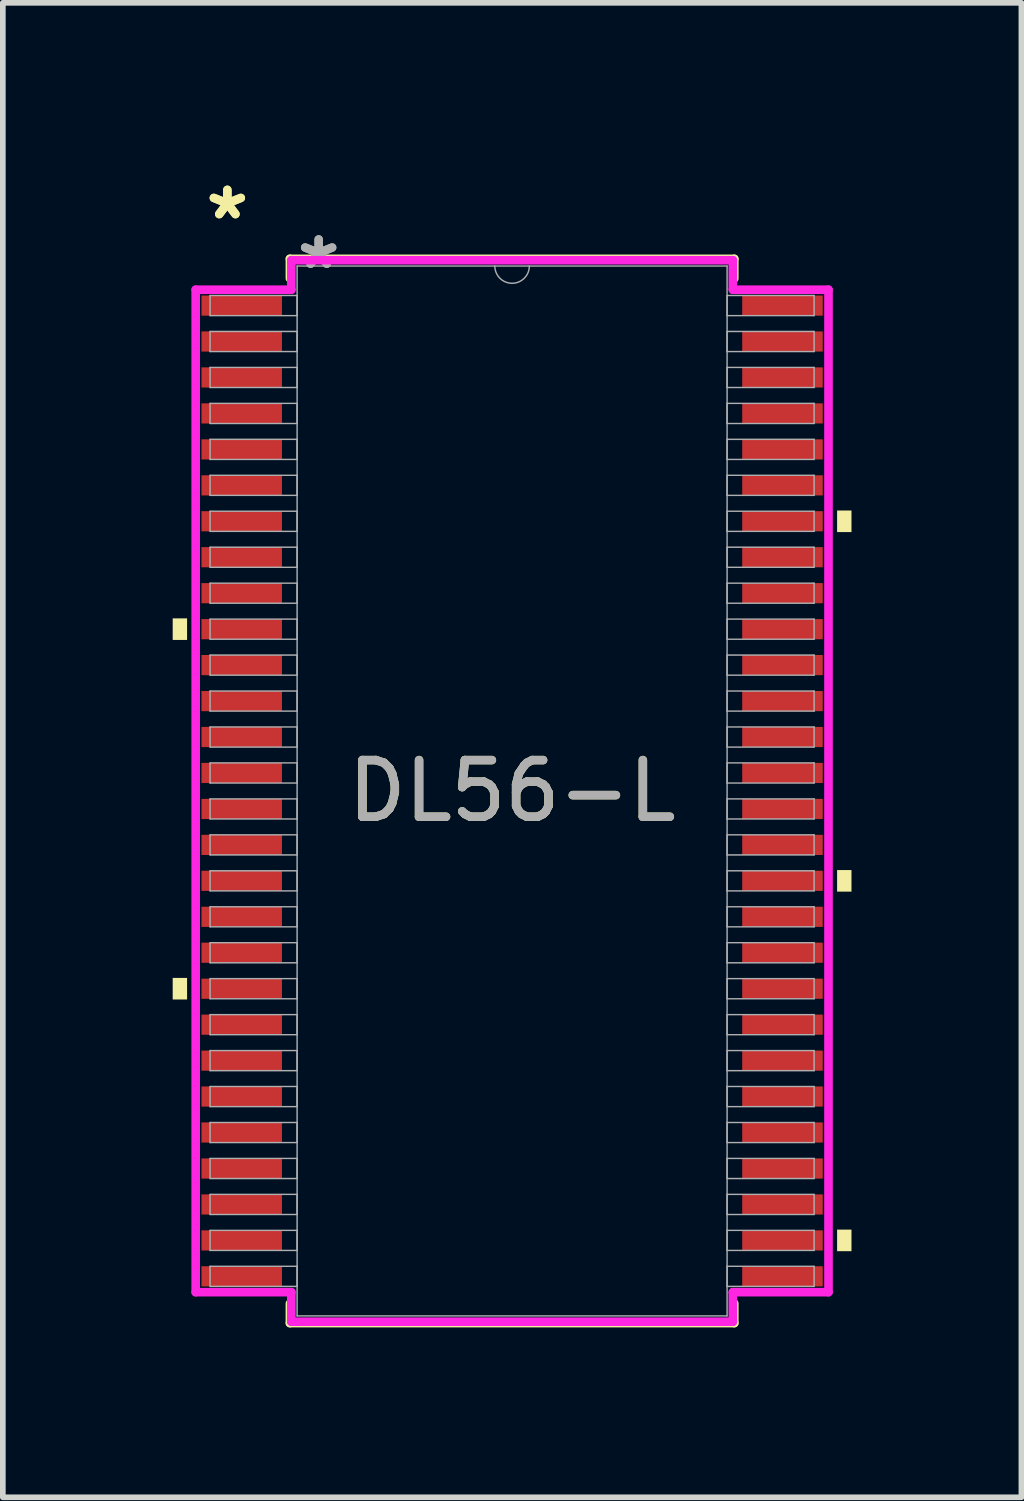
<source format=kicad_pcb>
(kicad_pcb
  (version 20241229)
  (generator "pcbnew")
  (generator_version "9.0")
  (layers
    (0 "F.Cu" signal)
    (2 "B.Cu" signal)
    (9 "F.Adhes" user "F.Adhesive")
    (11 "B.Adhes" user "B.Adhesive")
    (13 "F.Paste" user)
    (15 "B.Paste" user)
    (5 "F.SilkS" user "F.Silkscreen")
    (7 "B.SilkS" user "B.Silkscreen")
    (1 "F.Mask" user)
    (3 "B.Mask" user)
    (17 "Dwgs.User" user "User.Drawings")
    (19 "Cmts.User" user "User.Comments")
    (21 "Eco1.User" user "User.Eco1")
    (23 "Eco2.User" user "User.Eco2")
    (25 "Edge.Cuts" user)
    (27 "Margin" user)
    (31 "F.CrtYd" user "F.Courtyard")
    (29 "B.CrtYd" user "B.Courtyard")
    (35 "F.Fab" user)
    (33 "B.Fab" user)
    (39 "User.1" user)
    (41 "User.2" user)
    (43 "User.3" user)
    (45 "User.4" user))
  (footprint "DL56-L"
    (layer "F.Cu")
    (at 5.994 10.919)
    (property "Reference" "DL56-L" (at 0 0 0) (unlocked yes) (layer "F.SilkS") (effects (font (size 1 1) (thickness 0.15))))
    (attr smd)
    (fp_line (start -3.924 -9.398) (end -3.924 -9.052) (stroke (width 0.152) (type solid)) (layer "F.SilkS"))
    (fp_line (start -3.924 9.052) (end -3.924 9.398) (stroke (width 0.152) (type solid)) (layer "F.SilkS"))
    (fp_line (start -3.924 9.398) (end 3.924 9.398) (stroke (width 0.152) (type solid)) (layer "F.SilkS"))
    (fp_line (start 3.924 -9.398) (end -3.924 -9.398) (stroke (width 0.152) (type solid)) (layer "F.SilkS"))
    (fp_line (start 3.924 -9.052) (end 3.924 -9.398) (stroke (width 0.152) (type solid)) (layer "F.SilkS"))
    (fp_line (start 3.924 9.398) (end 3.924 9.052) (stroke (width 0.152) (type solid)) (layer "F.SilkS"))
    (fp_poly (pts (xy -5.994 -3.048) (xy -5.994 -2.667) (xy -5.74 -2.667) (xy -5.74 -3.048)) (stroke (width 0) (type solid)) (fill yes) (layer "F.SilkS"))
    (fp_poly (pts (xy -5.994 3.302) (xy -5.994 3.683) (xy -5.74 3.683) (xy -5.74 3.302)) (stroke (width 0) (type solid)) (fill yes) (layer "F.SilkS"))
    (fp_poly (pts (xy 5.994 -4.953) (xy 5.994 -4.572) (xy 5.74 -4.572) (xy 5.74 -4.953)) (stroke (width 0) (type solid)) (fill yes) (layer "F.SilkS"))
    (fp_poly (pts (xy 5.994 1.397) (xy 5.994 1.778) (xy 5.74 1.778) (xy 5.74 1.397)) (stroke (width 0) (type solid)) (fill yes) (layer "F.SilkS"))
    (fp_poly (pts (xy 5.994 7.747) (xy 5.994 8.128) (xy 5.74 8.128) (xy 5.74 7.747)) (stroke (width 0) (type solid)) (fill yes) (layer "F.SilkS"))
    (fp_line (start -5.588 -8.852) (end -3.899 -8.852) (stroke (width 0.152) (type solid)) (layer "F.CrtYd"))
    (fp_line (start -5.588 8.852) (end -5.588 -8.852) (stroke (width 0.152) (type solid)) (layer "F.CrtYd"))
    (fp_line (start -5.588 8.852) (end -3.899 8.852) (stroke (width 0.152) (type solid)) (layer "F.CrtYd"))
    (fp_line (start -3.899 -9.373) (end 3.899 -9.373) (stroke (width 0.152) (type solid)) (layer "F.CrtYd"))
    (fp_line (start -3.899 -8.852) (end -3.899 -9.373) (stroke (width 0.152) (type solid)) (layer "F.CrtYd"))
    (fp_line (start -3.899 9.373) (end -3.899 8.852) (stroke (width 0.152) (type solid)) (layer "F.CrtYd"))
    (fp_line (start 3.899 -9.373) (end 3.899 -8.852) (stroke (width 0.152) (type solid)) (layer "F.CrtYd"))
    (fp_line (start 3.899 8.852) (end 3.899 9.373) (stroke (width 0.152) (type solid)) (layer "F.CrtYd"))
    (fp_line (start 3.899 9.373) (end -3.899 9.373) (stroke (width 0.152) (type solid)) (layer "F.CrtYd"))
    (fp_line (start 5.588 -8.852) (end 3.899 -8.852) (stroke (width 0.152) (type solid)) (layer "F.CrtYd"))
    (fp_line (start 5.588 -8.852) (end 5.588 8.852) (stroke (width 0.152) (type solid)) (layer "F.CrtYd"))
    (fp_line (start 5.588 8.852) (end 3.899 8.852) (stroke (width 0.152) (type solid)) (layer "F.CrtYd"))
    (fp_line (start -5.334 -8.75) (end -5.334 -8.395) (stroke (width 0.025) (type solid)) (layer "F.Fab"))
    (fp_line (start -5.334 -8.395) (end -3.797 -8.395) (stroke (width 0.025) (type solid)) (layer "F.Fab"))
    (fp_line (start -5.334 -8.115) (end -5.334 -7.76) (stroke (width 0.025) (type solid)) (layer "F.Fab"))
    (fp_line (start -5.334 -7.76) (end -3.797 -7.76) (stroke (width 0.025) (type solid)) (layer "F.Fab"))
    (fp_line (start -5.334 -7.48) (end -5.334 -7.125) (stroke (width 0.025) (type solid)) (layer "F.Fab"))
    (fp_line (start -5.334 -7.125) (end -3.797 -7.125) (stroke (width 0.025) (type solid)) (layer "F.Fab"))
    (fp_line (start -5.334 -6.845) (end -5.334 -6.49) (stroke (width 0.025) (type solid)) (layer "F.Fab"))
    (fp_line (start -5.334 -6.49) (end -3.797 -6.49) (stroke (width 0.025) (type solid)) (layer "F.Fab"))
    (fp_line (start -5.334 -6.21) (end -5.334 -5.855) (stroke (width 0.025) (type solid)) (layer "F.Fab"))
    (fp_line (start -5.334 -5.855) (end -3.797 -5.855) (stroke (width 0.025) (type solid)) (layer "F.Fab"))
    (fp_line (start -5.334 -5.575) (end -5.334 -5.22) (stroke (width 0.025) (type solid)) (layer "F.Fab"))
    (fp_line (start -5.334 -5.22) (end -3.797 -5.22) (stroke (width 0.025) (type solid)) (layer "F.Fab"))
    (fp_line (start -5.334 -4.94) (end -5.334 -4.585) (stroke (width 0.025) (type solid)) (layer "F.Fab"))
    (fp_line (start -5.334 -4.585) (end -3.797 -4.585) (stroke (width 0.025) (type solid)) (layer "F.Fab"))
    (fp_line (start -5.334 -4.305) (end -5.334 -3.95) (stroke (width 0.025) (type solid)) (layer "F.Fab"))
    (fp_line (start -5.334 -3.95) (end -3.797 -3.95) (stroke (width 0.025) (type solid)) (layer "F.Fab"))
    (fp_line (start -5.334 -3.67) (end -5.334 -3.315) (stroke (width 0.025) (type solid)) (layer "F.Fab"))
    (fp_line (start -5.334 -3.315) (end -3.797 -3.315) (stroke (width 0.025) (type solid)) (layer "F.Fab"))
    (fp_line (start -5.334 -3.035) (end -5.334 -2.68) (stroke (width 0.025) (type solid)) (layer "F.Fab"))
    (fp_line (start -5.334 -2.68) (end -3.797 -2.68) (stroke (width 0.025) (type solid)) (layer "F.Fab"))
    (fp_line (start -5.334 -2.4) (end -5.334 -2.045) (stroke (width 0.025) (type solid)) (layer "F.Fab"))
    (fp_line (start -5.334 -2.045) (end -3.797 -2.045) (stroke (width 0.025) (type solid)) (layer "F.Fab"))
    (fp_line (start -5.334 -1.765) (end -5.334 -1.41) (stroke (width 0.025) (type solid)) (layer "F.Fab"))
    (fp_line (start -5.334 -1.41) (end -3.797 -1.41) (stroke (width 0.025) (type solid)) (layer "F.Fab"))
    (fp_line (start -5.334 -1.13) (end -5.334 -0.775) (stroke (width 0.025) (type solid)) (layer "F.Fab"))
    (fp_line (start -5.334 -0.775) (end -3.797 -0.775) (stroke (width 0.025) (type solid)) (layer "F.Fab"))
    (fp_line (start -5.334 -0.495) (end -5.334 -0.14) (stroke (width 0.025) (type solid)) (layer "F.Fab"))
    (fp_line (start -5.334 -0.14) (end -3.797 -0.14) (stroke (width 0.025) (type solid)) (layer "F.Fab"))
    (fp_line (start -5.334 0.14) (end -5.334 0.495) (stroke (width 0.025) (type solid)) (layer "F.Fab"))
    (fp_line (start -5.334 0.495) (end -3.797 0.495) (stroke (width 0.025) (type solid)) (layer "F.Fab"))
    (fp_line (start -5.334 0.775) (end -5.334 1.13) (stroke (width 0.025) (type solid)) (layer "F.Fab"))
    (fp_line (start -5.334 1.13) (end -3.797 1.13) (stroke (width 0.025) (type solid)) (layer "F.Fab"))
    (fp_line (start -5.334 1.41) (end -5.334 1.765) (stroke (width 0.025) (type solid)) (layer "F.Fab"))
    (fp_line (start -5.334 1.765) (end -3.797 1.765) (stroke (width 0.025) (type solid)) (layer "F.Fab"))
    (fp_line (start -5.334 2.045) (end -5.334 2.4) (stroke (width 0.025) (type solid)) (layer "F.Fab"))
    (fp_line (start -5.334 2.4) (end -3.797 2.4) (stroke (width 0.025) (type solid)) (layer "F.Fab"))
    (fp_line (start -5.334 2.68) (end -5.334 3.035) (stroke (width 0.025) (type solid)) (layer "F.Fab"))
    (fp_line (start -5.334 3.035) (end -3.797 3.035) (stroke (width 0.025) (type solid)) (layer "F.Fab"))
    (fp_line (start -5.334 3.315) (end -5.334 3.67) (stroke (width 0.025) (type solid)) (layer "F.Fab"))
    (fp_line (start -5.334 3.67) (end -3.797 3.67) (stroke (width 0.025) (type solid)) (layer "F.Fab"))
    (fp_line (start -5.334 3.95) (end -5.334 4.305) (stroke (width 0.025) (type solid)) (layer "F.Fab"))
    (fp_line (start -5.334 4.305) (end -3.797 4.305) (stroke (width 0.025) (type solid)) (layer "F.Fab"))
    (fp_line (start -5.334 4.585) (end -5.334 4.94) (stroke (width 0.025) (type solid)) (layer "F.Fab"))
    (fp_line (start -5.334 4.94) (end -3.797 4.94) (stroke (width 0.025) (type solid)) (layer "F.Fab"))
    (fp_line (start -5.334 5.22) (end -5.334 5.575) (stroke (width 0.025) (type solid)) (layer "F.Fab"))
    (fp_line (start -5.334 5.575) (end -3.797 5.575) (stroke (width 0.025) (type solid)) (layer "F.Fab"))
    (fp_line (start -5.334 5.855) (end -5.334 6.21) (stroke (width 0.025) (type solid)) (layer "F.Fab"))
    (fp_line (start -5.334 6.21) (end -3.797 6.21) (stroke (width 0.025) (type solid)) (layer "F.Fab"))
    (fp_line (start -5.334 6.49) (end -5.334 6.845) (stroke (width 0.025) (type solid)) (layer "F.Fab"))
    (fp_line (start -5.334 6.845) (end -3.797 6.845) (stroke (width 0.025) (type solid)) (layer "F.Fab"))
    (fp_line (start -5.334 7.125) (end -5.334 7.48) (stroke (width 0.025) (type solid)) (layer "F.Fab"))
    (fp_line (start -5.334 7.48) (end -3.797 7.48) (stroke (width 0.025) (type solid)) (layer "F.Fab"))
    (fp_line (start -5.334 7.76) (end -5.334 8.115) (stroke (width 0.025) (type solid)) (layer "F.Fab"))
    (fp_line (start -5.334 8.115) (end -3.797 8.115) (stroke (width 0.025) (type solid)) (layer "F.Fab"))
    (fp_line (start -5.334 8.395) (end -5.334 8.75) (stroke (width 0.025) (type solid)) (layer "F.Fab"))
    (fp_line (start -5.334 8.75) (end -3.797 8.75) (stroke (width 0.025) (type solid)) (layer "F.Fab"))
    (fp_line (start -3.797 -9.271) (end -3.797 9.271) (stroke (width 0.025) (type solid)) (layer "F.Fab"))
    (fp_line (start -3.797 -8.75) (end -5.334 -8.75) (stroke (width 0.025) (type solid)) (layer "F.Fab"))
    (fp_line (start -3.797 -8.395) (end -3.797 -8.75) (stroke (width 0.025) (type solid)) (layer "F.Fab"))
    (fp_line (start -3.797 -8.115) (end -5.334 -8.115) (stroke (width 0.025) (type solid)) (layer "F.Fab"))
    (fp_line (start -3.797 -7.76) (end -3.797 -8.115) (stroke (width 0.025) (type solid)) (layer "F.Fab"))
    (fp_line (start -3.797 -7.48) (end -5.334 -7.48) (stroke (width 0.025) (type solid)) (layer "F.Fab"))
    (fp_line (start -3.797 -7.125) (end -3.797 -7.48) (stroke (width 0.025) (type solid)) (layer "F.Fab"))
    (fp_line (start -3.797 -6.845) (end -5.334 -6.845) (stroke (width 0.025) (type solid)) (layer "F.Fab"))
    (fp_line (start -3.797 -6.49) (end -3.797 -6.845) (stroke (width 0.025) (type solid)) (layer "F.Fab"))
    (fp_line (start -3.797 -6.21) (end -5.334 -6.21) (stroke (width 0.025) (type solid)) (layer "F.Fab"))
    (fp_line (start -3.797 -5.855) (end -3.797 -6.21) (stroke (width 0.025) (type solid)) (layer "F.Fab"))
    (fp_line (start -3.797 -5.575) (end -5.334 -5.575) (stroke (width 0.025) (type solid)) (layer "F.Fab"))
    (fp_line (start -3.797 -5.22) (end -3.797 -5.575) (stroke (width 0.025) (type solid)) (layer "F.Fab"))
    (fp_line (start -3.797 -4.94) (end -5.334 -4.94) (stroke (width 0.025) (type solid)) (layer "F.Fab"))
    (fp_line (start -3.797 -4.585) (end -3.797 -4.94) (stroke (width 0.025) (type solid)) (layer "F.Fab"))
    (fp_line (start -3.797 -4.305) (end -5.334 -4.305) (stroke (width 0.025) (type solid)) (layer "F.Fab"))
    (fp_line (start -3.797 -3.95) (end -3.797 -4.305) (stroke (width 0.025) (type solid)) (layer "F.Fab"))
    (fp_line (start -3.797 -3.67) (end -5.334 -3.67) (stroke (width 0.025) (type solid)) (layer "F.Fab"))
    (fp_line (start -3.797 -3.315) (end -3.797 -3.67) (stroke (width 0.025) (type solid)) (layer "F.Fab"))
    (fp_line (start -3.797 -3.035) (end -5.334 -3.035) (stroke (width 0.025) (type solid)) (layer "F.Fab"))
    (fp_line (start -3.797 -2.68) (end -3.797 -3.035) (stroke (width 0.025) (type solid)) (layer "F.Fab"))
    (fp_line (start -3.797 -2.4) (end -5.334 -2.4) (stroke (width 0.025) (type solid)) (layer "F.Fab"))
    (fp_line (start -3.797 -2.045) (end -3.797 -2.4) (stroke (width 0.025) (type solid)) (layer "F.Fab"))
    (fp_line (start -3.797 -1.765) (end -5.334 -1.765) (stroke (width 0.025) (type solid)) (layer "F.Fab"))
    (fp_line (start -3.797 -1.41) (end -3.797 -1.765) (stroke (width 0.025) (type solid)) (layer "F.Fab"))
    (fp_line (start -3.797 -1.13) (end -5.334 -1.13) (stroke (width 0.025) (type solid)) (layer "F.Fab"))
    (fp_line (start -3.797 -0.775) (end -3.797 -1.13) (stroke (width 0.025) (type solid)) (layer "F.Fab"))
    (fp_line (start -3.797 -0.495) (end -5.334 -0.495) (stroke (width 0.025) (type solid)) (layer "F.Fab"))
    (fp_line (start -3.797 -0.14) (end -3.797 -0.495) (stroke (width 0.025) (type solid)) (layer "F.Fab"))
    (fp_line (start -3.797 0.14) (end -5.334 0.14) (stroke (width 0.025) (type solid)) (layer "F.Fab"))
    (fp_line (start -3.797 0.495) (end -3.797 0.14) (stroke (width 0.025) (type solid)) (layer "F.Fab"))
    (fp_line (start -3.797 0.775) (end -5.334 0.775) (stroke (width 0.025) (type solid)) (layer "F.Fab"))
    (fp_line (start -3.797 1.13) (end -3.797 0.775) (stroke (width 0.025) (type solid)) (layer "F.Fab"))
    (fp_line (start -3.797 1.41) (end -5.334 1.41) (stroke (width 0.025) (type solid)) (layer "F.Fab"))
    (fp_line (start -3.797 1.765) (end -3.797 1.41) (stroke (width 0.025) (type solid)) (layer "F.Fab"))
    (fp_line (start -3.797 2.045) (end -5.334 2.045) (stroke (width 0.025) (type solid)) (layer "F.Fab"))
    (fp_line (start -3.797 2.4) (end -3.797 2.045) (stroke (width 0.025) (type solid)) (layer "F.Fab"))
    (fp_line (start -3.797 2.68) (end -5.334 2.68) (stroke (width 0.025) (type solid)) (layer "F.Fab"))
    (fp_line (start -3.797 3.035) (end -3.797 2.68) (stroke (width 0.025) (type solid)) (layer "F.Fab"))
    (fp_line (start -3.797 3.315) (end -5.334 3.315) (stroke (width 0.025) (type solid)) (layer "F.Fab"))
    (fp_line (start -3.797 3.67) (end -3.797 3.315) (stroke (width 0.025) (type solid)) (layer "F.Fab"))
    (fp_line (start -3.797 3.95) (end -5.334 3.95) (stroke (width 0.025) (type solid)) (layer "F.Fab"))
    (fp_line (start -3.797 4.305) (end -3.797 3.95) (stroke (width 0.025) (type solid)) (layer "F.Fab"))
    (fp_line (start -3.797 4.585) (end -5.334 4.585) (stroke (width 0.025) (type solid)) (layer "F.Fab"))
    (fp_line (start -3.797 4.94) (end -3.797 4.585) (stroke (width 0.025) (type solid)) (layer "F.Fab"))
    (fp_line (start -3.797 5.22) (end -5.334 5.22) (stroke (width 0.025) (type solid)) (layer "F.Fab"))
    (fp_line (start -3.797 5.575) (end -3.797 5.22) (stroke (width 0.025) (type solid)) (layer "F.Fab"))
    (fp_line (start -3.797 5.855) (end -5.334 5.855) (stroke (width 0.025) (type solid)) (layer "F.Fab"))
    (fp_line (start -3.797 6.21) (end -3.797 5.855) (stroke (width 0.025) (type solid)) (layer "F.Fab"))
    (fp_line (start -3.797 6.49) (end -5.334 6.49) (stroke (width 0.025) (type solid)) (layer "F.Fab"))
    (fp_line (start -3.797 6.845) (end -3.797 6.49) (stroke (width 0.025) (type solid)) (layer "F.Fab"))
    (fp_line (start -3.797 7.125) (end -5.334 7.125) (stroke (width 0.025) (type solid)) (layer "F.Fab"))
    (fp_line (start -3.797 7.48) (end -3.797 7.125) (stroke (width 0.025) (type solid)) (layer "F.Fab"))
    (fp_line (start -3.797 7.76) (end -5.334 7.76) (stroke (width 0.025) (type solid)) (layer "F.Fab"))
    (fp_line (start -3.797 8.115) (end -3.797 7.76) (stroke (width 0.025) (type solid)) (layer "F.Fab"))
    (fp_line (start -3.797 8.395) (end -5.334 8.395) (stroke (width 0.025) (type solid)) (layer "F.Fab"))
    (fp_line (start -3.797 8.75) (end -3.797 8.395) (stroke (width 0.025) (type solid)) (layer "F.Fab"))
    (fp_line (start -3.797 9.271) (end 3.797 9.271) (stroke (width 0.025) (type solid)) (layer "F.Fab"))
    (fp_line (start 3.797 -9.271) (end -3.797 -9.271) (stroke (width 0.025) (type solid)) (layer "F.Fab"))
    (fp_line (start 3.797 -8.75) (end 3.797 -8.395) (stroke (width 0.025) (type solid)) (layer "F.Fab"))
    (fp_line (start 3.797 -8.395) (end 5.334 -8.395) (stroke (width 0.025) (type solid)) (layer "F.Fab"))
    (fp_line (start 3.797 -8.115) (end 3.797 -7.76) (stroke (width 0.025) (type solid)) (layer "F.Fab"))
    (fp_line (start 3.797 -7.76) (end 5.334 -7.76) (stroke (width 0.025) (type solid)) (layer "F.Fab"))
    (fp_line (start 3.797 -7.48) (end 3.797 -7.125) (stroke (width 0.025) (type solid)) (layer "F.Fab"))
    (fp_line (start 3.797 -7.125) (end 5.334 -7.125) (stroke (width 0.025) (type solid)) (layer "F.Fab"))
    (fp_line (start 3.797 -6.845) (end 3.797 -6.49) (stroke (width 0.025) (type solid)) (layer "F.Fab"))
    (fp_line (start 3.797 -6.49) (end 5.334 -6.49) (stroke (width 0.025) (type solid)) (layer "F.Fab"))
    (fp_line (start 3.797 -6.21) (end 3.797 -5.855) (stroke (width 0.025) (type solid)) (layer "F.Fab"))
    (fp_line (start 3.797 -5.855) (end 5.334 -5.855) (stroke (width 0.025) (type solid)) (layer "F.Fab"))
    (fp_line (start 3.797 -5.575) (end 3.797 -5.22) (stroke (width 0.025) (type solid)) (layer "F.Fab"))
    (fp_line (start 3.797 -5.22) (end 5.334 -5.22) (stroke (width 0.025) (type solid)) (layer "F.Fab"))
    (fp_line (start 3.797 -4.94) (end 3.797 -4.585) (stroke (width 0.025) (type solid)) (layer "F.Fab"))
    (fp_line (start 3.797 -4.585) (end 5.334 -4.585) (stroke (width 0.025) (type solid)) (layer "F.Fab"))
    (fp_line (start 3.797 -4.305) (end 3.797 -3.95) (stroke (width 0.025) (type solid)) (layer "F.Fab"))
    (fp_line (start 3.797 -3.95) (end 5.334 -3.95) (stroke (width 0.025) (type solid)) (layer "F.Fab"))
    (fp_line (start 3.797 -3.67) (end 3.797 -3.315) (stroke (width 0.025) (type solid)) (layer "F.Fab"))
    (fp_line (start 3.797 -3.315) (end 5.334 -3.315) (stroke (width 0.025) (type solid)) (layer "F.Fab"))
    (fp_line (start 3.797 -3.035) (end 3.797 -2.68) (stroke (width 0.025) (type solid)) (layer "F.Fab"))
    (fp_line (start 3.797 -2.68) (end 5.334 -2.68) (stroke (width 0.025) (type solid)) (layer "F.Fab"))
    (fp_line (start 3.797 -2.4) (end 3.797 -2.045) (stroke (width 0.025) (type solid)) (layer "F.Fab"))
    (fp_line (start 3.797 -2.045) (end 5.334 -2.045) (stroke (width 0.025) (type solid)) (layer "F.Fab"))
    (fp_line (start 3.797 -1.765) (end 3.797 -1.41) (stroke (width 0.025) (type solid)) (layer "F.Fab"))
    (fp_line (start 3.797 -1.41) (end 5.334 -1.41) (stroke (width 0.025) (type solid)) (layer "F.Fab"))
    (fp_line (start 3.797 -1.13) (end 3.797 -0.775) (stroke (width 0.025) (type solid)) (layer "F.Fab"))
    (fp_line (start 3.797 -0.775) (end 5.334 -0.775) (stroke (width 0.025) (type solid)) (layer "F.Fab"))
    (fp_line (start 3.797 -0.495) (end 3.797 -0.14) (stroke (width 0.025) (type solid)) (layer "F.Fab"))
    (fp_line (start 3.797 -0.14) (end 5.334 -0.14) (stroke (width 0.025) (type solid)) (layer "F.Fab"))
    (fp_line (start 3.797 0.14) (end 3.797 0.495) (stroke (width 0.025) (type solid)) (layer "F.Fab"))
    (fp_line (start 3.797 0.495) (end 5.334 0.495) (stroke (width 0.025) (type solid)) (layer "F.Fab"))
    (fp_line (start 3.797 0.775) (end 3.797 1.13) (stroke (width 0.025) (type solid)) (layer "F.Fab"))
    (fp_line (start 3.797 1.13) (end 5.334 1.13) (stroke (width 0.025) (type solid)) (layer "F.Fab"))
    (fp_line (start 3.797 1.41) (end 3.797 1.765) (stroke (width 0.025) (type solid)) (layer "F.Fab"))
    (fp_line (start 3.797 1.765) (end 5.334 1.765) (stroke (width 0.025) (type solid)) (layer "F.Fab"))
    (fp_line (start 3.797 2.045) (end 3.797 2.4) (stroke (width 0.025) (type solid)) (layer "F.Fab"))
    (fp_line (start 3.797 2.4) (end 5.334 2.4) (stroke (width 0.025) (type solid)) (layer "F.Fab"))
    (fp_line (start 3.797 2.68) (end 3.797 3.035) (stroke (width 0.025) (type solid)) (layer "F.Fab"))
    (fp_line (start 3.797 3.035) (end 5.334 3.035) (stroke (width 0.025) (type solid)) (layer "F.Fab"))
    (fp_line (start 3.797 3.315) (end 3.797 3.67) (stroke (width 0.025) (type solid)) (layer "F.Fab"))
    (fp_line (start 3.797 3.67) (end 5.334 3.67) (stroke (width 0.025) (type solid)) (layer "F.Fab"))
    (fp_line (start 3.797 3.95) (end 3.797 4.305) (stroke (width 0.025) (type solid)) (layer "F.Fab"))
    (fp_line (start 3.797 4.305) (end 5.334 4.305) (stroke (width 0.025) (type solid)) (layer "F.Fab"))
    (fp_line (start 3.797 4.585) (end 3.797 4.94) (stroke (width 0.025) (type solid)) (layer "F.Fab"))
    (fp_line (start 3.797 4.94) (end 5.334 4.94) (stroke (width 0.025) (type solid)) (layer "F.Fab"))
    (fp_line (start 3.797 5.22) (end 3.797 5.575) (stroke (width 0.025) (type solid)) (layer "F.Fab"))
    (fp_line (start 3.797 5.575) (end 5.334 5.575) (stroke (width 0.025) (type solid)) (layer "F.Fab"))
    (fp_line (start 3.797 5.855) (end 3.797 6.21) (stroke (width 0.025) (type solid)) (layer "F.Fab"))
    (fp_line (start 3.797 6.21) (end 5.334 6.21) (stroke (width 0.025) (type solid)) (layer "F.Fab"))
    (fp_line (start 3.797 6.49) (end 3.797 6.845) (stroke (width 0.025) (type solid)) (layer "F.Fab"))
    (fp_line (start 3.797 6.845) (end 5.334 6.845) (stroke (width 0.025) (type solid)) (layer "F.Fab"))
    (fp_line (start 3.797 7.125) (end 3.797 7.48) (stroke (width 0.025) (type solid)) (layer "F.Fab"))
    (fp_line (start 3.797 7.48) (end 5.334 7.48) (stroke (width 0.025) (type solid)) (layer "F.Fab"))
    (fp_line (start 3.797 7.76) (end 3.797 8.115) (stroke (width 0.025) (type solid)) (layer "F.Fab"))
    (fp_line (start 3.797 8.115) (end 5.334 8.115) (stroke (width 0.025) (type solid)) (layer "F.Fab"))
    (fp_line (start 3.797 8.395) (end 3.797 8.75) (stroke (width 0.025) (type solid)) (layer "F.Fab"))
    (fp_line (start 3.797 8.75) (end 5.334 8.75) (stroke (width 0.025) (type solid)) (layer "F.Fab"))
    (fp_line (start 3.797 9.271) (end 3.797 -9.271) (stroke (width 0.025) (type solid)) (layer "F.Fab"))
    (fp_line (start 5.334 -8.75) (end 3.797 -8.75) (stroke (width 0.025) (type solid)) (layer "F.Fab"))
    (fp_line (start 5.334 -8.395) (end 5.334 -8.75) (stroke (width 0.025) (type solid)) (layer "F.Fab"))
    (fp_line (start 5.334 -8.115) (end 3.797 -8.115) (stroke (width 0.025) (type solid)) (layer "F.Fab"))
    (fp_line (start 5.334 -7.76) (end 5.334 -8.115) (stroke (width 0.025) (type solid)) (layer "F.Fab"))
    (fp_line (start 5.334 -7.48) (end 3.797 -7.48) (stroke (width 0.025) (type solid)) (layer "F.Fab"))
    (fp_line (start 5.334 -7.125) (end 5.334 -7.48) (stroke (width 0.025) (type solid)) (layer "F.Fab"))
    (fp_line (start 5.334 -6.845) (end 3.797 -6.845) (stroke (width 0.025) (type solid)) (layer "F.Fab"))
    (fp_line (start 5.334 -6.49) (end 5.334 -6.845) (stroke (width 0.025) (type solid)) (layer "F.Fab"))
    (fp_line (start 5.334 -6.21) (end 3.797 -6.21) (stroke (width 0.025) (type solid)) (layer "F.Fab"))
    (fp_line (start 5.334 -5.855) (end 5.334 -6.21) (stroke (width 0.025) (type solid)) (layer "F.Fab"))
    (fp_line (start 5.334 -5.575) (end 3.797 -5.575) (stroke (width 0.025) (type solid)) (layer "F.Fab"))
    (fp_line (start 5.334 -5.22) (end 5.334 -5.575) (stroke (width 0.025) (type solid)) (layer "F.Fab"))
    (fp_line (start 5.334 -4.94) (end 3.797 -4.94) (stroke (width 0.025) (type solid)) (layer "F.Fab"))
    (fp_line (start 5.334 -4.585) (end 5.334 -4.94) (stroke (width 0.025) (type solid)) (layer "F.Fab"))
    (fp_line (start 5.334 -4.305) (end 3.797 -4.305) (stroke (width 0.025) (type solid)) (layer "F.Fab"))
    (fp_line (start 5.334 -3.95) (end 5.334 -4.305) (stroke (width 0.025) (type solid)) (layer "F.Fab"))
    (fp_line (start 5.334 -3.67) (end 3.797 -3.67) (stroke (width 0.025) (type solid)) (layer "F.Fab"))
    (fp_line (start 5.334 -3.315) (end 5.334 -3.67) (stroke (width 0.025) (type solid)) (layer "F.Fab"))
    (fp_line (start 5.334 -3.035) (end 3.797 -3.035) (stroke (width 0.025) (type solid)) (layer "F.Fab"))
    (fp_line (start 5.334 -2.68) (end 5.334 -3.035) (stroke (width 0.025) (type solid)) (layer "F.Fab"))
    (fp_line (start 5.334 -2.4) (end 3.797 -2.4) (stroke (width 0.025) (type solid)) (layer "F.Fab"))
    (fp_line (start 5.334 -2.045) (end 5.334 -2.4) (stroke (width 0.025) (type solid)) (layer "F.Fab"))
    (fp_line (start 5.334 -1.765) (end 3.797 -1.765) (stroke (width 0.025) (type solid)) (layer "F.Fab"))
    (fp_line (start 5.334 -1.41) (end 5.334 -1.765) (stroke (width 0.025) (type solid)) (layer "F.Fab"))
    (fp_line (start 5.334 -1.13) (end 3.797 -1.13) (stroke (width 0.025) (type solid)) (layer "F.Fab"))
    (fp_line (start 5.334 -0.775) (end 5.334 -1.13) (stroke (width 0.025) (type solid)) (layer "F.Fab"))
    (fp_line (start 5.334 -0.495) (end 3.797 -0.495) (stroke (width 0.025) (type solid)) (layer "F.Fab"))
    (fp_line (start 5.334 -0.14) (end 5.334 -0.495) (stroke (width 0.025) (type solid)) (layer "F.Fab"))
    (fp_line (start 5.334 0.14) (end 3.797 0.14) (stroke (width 0.025) (type solid)) (layer "F.Fab"))
    (fp_line (start 5.334 0.495) (end 5.334 0.14) (stroke (width 0.025) (type solid)) (layer "F.Fab"))
    (fp_line (start 5.334 0.775) (end 3.797 0.775) (stroke (width 0.025) (type solid)) (layer "F.Fab"))
    (fp_line (start 5.334 1.13) (end 5.334 0.775) (stroke (width 0.025) (type solid)) (layer "F.Fab"))
    (fp_line (start 5.334 1.41) (end 3.797 1.41) (stroke (width 0.025) (type solid)) (layer "F.Fab"))
    (fp_line (start 5.334 1.765) (end 5.334 1.41) (stroke (width 0.025) (type solid)) (layer "F.Fab"))
    (fp_line (start 5.334 2.045) (end 3.797 2.045) (stroke (width 0.025) (type solid)) (layer "F.Fab"))
    (fp_line (start 5.334 2.4) (end 5.334 2.045) (stroke (width 0.025) (type solid)) (layer "F.Fab"))
    (fp_line (start 5.334 2.68) (end 3.797 2.68) (stroke (width 0.025) (type solid)) (layer "F.Fab"))
    (fp_line (start 5.334 3.035) (end 5.334 2.68) (stroke (width 0.025) (type solid)) (layer "F.Fab"))
    (fp_line (start 5.334 3.315) (end 3.797 3.315) (stroke (width 0.025) (type solid)) (layer "F.Fab"))
    (fp_line (start 5.334 3.67) (end 5.334 3.315) (stroke (width 0.025) (type solid)) (layer "F.Fab"))
    (fp_line (start 5.334 3.95) (end 3.797 3.95) (stroke (width 0.025) (type solid)) (layer "F.Fab"))
    (fp_line (start 5.334 4.305) (end 5.334 3.95) (stroke (width 0.025) (type solid)) (layer "F.Fab"))
    (fp_line (start 5.334 4.585) (end 3.797 4.585) (stroke (width 0.025) (type solid)) (layer "F.Fab"))
    (fp_line (start 5.334 4.94) (end 5.334 4.585) (stroke (width 0.025) (type solid)) (layer "F.Fab"))
    (fp_line (start 5.334 5.22) (end 3.797 5.22) (stroke (width 0.025) (type solid)) (layer "F.Fab"))
    (fp_line (start 5.334 5.575) (end 5.334 5.22) (stroke (width 0.025) (type solid)) (layer "F.Fab"))
    (fp_line (start 5.334 5.855) (end 3.797 5.855) (stroke (width 0.025) (type solid)) (layer "F.Fab"))
    (fp_line (start 5.334 6.21) (end 5.334 5.855) (stroke (width 0.025) (type solid)) (layer "F.Fab"))
    (fp_line (start 5.334 6.49) (end 3.797 6.49) (stroke (width 0.025) (type solid)) (layer "F.Fab"))
    (fp_line (start 5.334 6.845) (end 5.334 6.49) (stroke (width 0.025) (type solid)) (layer "F.Fab"))
    (fp_line (start 5.334 7.125) (end 3.797 7.125) (stroke (width 0.025) (type solid)) (layer "F.Fab"))
    (fp_line (start 5.334 7.48) (end 5.334 7.125) (stroke (width 0.025) (type solid)) (layer "F.Fab"))
    (fp_line (start 5.334 7.76) (end 3.797 7.76) (stroke (width 0.025) (type solid)) (layer "F.Fab"))
    (fp_line (start 5.334 8.115) (end 5.334 7.76) (stroke (width 0.025) (type solid)) (layer "F.Fab"))
    (fp_line (start 5.334 8.395) (end 3.797 8.395) (stroke (width 0.025) (type solid)) (layer "F.Fab"))
    (fp_line (start 5.334 8.75) (end 5.334 8.395) (stroke (width 0.025) (type solid)) (layer "F.Fab"))
    (fp_arc (start 0.3048 -9.271) (mid 0 -8.9662) (end -0.3048 -9.271) (stroke (width 0.0254) (type solid)) (layer "F.Fab"))
    (fp_text user "*" (at -5.029 -10.071 0) (layer "F.SilkS") (effects (font (size 1 1) (thickness 0.15))))
    (fp_text user "*" (at -5.029 -10.071 0) (unlocked yes) (layer "F.SilkS") (effects (font (size 1 1) (thickness 0.15))))
    (fp_text user "${REFERENCE}" (at 0 0 0) (unlocked yes) (layer "F.Fab") (effects (font (size 1 1) (thickness 0.15))))
    (fp_text user "*" (at -3.416 -9.195 0) (layer "F.Fab") (effects (font (size 1 1) (thickness 0.15))))
    (fp_text user "*" (at -3.416 -9.195 0) (unlocked yes) (layer "F.Fab") (effects (font (size 1 1) (thickness 0.15))))
    (pad "1" smd rect (at -4.775 -8.572) (size 1.422 0.356) (layers "F.Cu" "F.Mask" "F.Paste"))
    (pad "2" smd rect (at -4.775 -7.938) (size 1.422 0.356) (layers "F.Cu" "F.Mask" "F.Paste"))
    (pad "3" smd rect (at -4.775 -7.303) (size 1.422 0.356) (layers "F.Cu" "F.Mask" "F.Paste"))
    (pad "4" smd rect (at -4.775 -6.668) (size 1.422 0.356) (layers "F.Cu" "F.Mask" "F.Paste"))
    (pad "5" smd rect (at -4.775 -6.032) (size 1.422 0.356) (layers "F.Cu" "F.Mask" "F.Paste"))
    (pad "6" smd rect (at -4.775 -5.397) (size 1.422 0.356) (layers "F.Cu" "F.Mask" "F.Paste"))
    (pad "7" smd rect (at -4.775 -4.763) (size 1.422 0.356) (layers "F.Cu" "F.Mask" "F.Paste"))
    (pad "8" smd rect (at -4.775 -4.128) (size 1.422 0.356) (layers "F.Cu" "F.Mask" "F.Paste"))
    (pad "9" smd rect (at -4.775 -3.493) (size 1.422 0.356) (layers "F.Cu" "F.Mask" "F.Paste"))
    (pad "10" smd rect (at -4.775 -2.857) (size 1.422 0.356) (layers "F.Cu" "F.Mask" "F.Paste"))
    (pad "11" smd rect (at -4.775 -2.223) (size 1.422 0.356) (layers "F.Cu" "F.Mask" "F.Paste"))
    (pad "12" smd rect (at -4.775 -1.587) (size 1.422 0.356) (layers "F.Cu" "F.Mask" "F.Paste"))
    (pad "13" smd rect (at -4.775 -0.953) (size 1.422 0.356) (layers "F.Cu" "F.Mask" "F.Paste"))
    (pad "14" smd rect (at -4.775 -0.318) (size 1.422 0.356) (layers "F.Cu" "F.Mask" "F.Paste"))
    (pad "15" smd rect (at -4.775 0.318) (size 1.422 0.356) (layers "F.Cu" "F.Mask" "F.Paste"))
    (pad "16" smd rect (at -4.775 0.953) (size 1.422 0.356) (layers "F.Cu" "F.Mask" "F.Paste"))
    (pad "17" smd rect (at -4.775 1.587) (size 1.422 0.356) (layers "F.Cu" "F.Mask" "F.Paste"))
    (pad "18" smd rect (at -4.775 2.223) (size 1.422 0.356) (layers "F.Cu" "F.Mask" "F.Paste"))
    (pad "19" smd rect (at -4.775 2.857) (size 1.422 0.356) (layers "F.Cu" "F.Mask" "F.Paste"))
    (pad "20" smd rect (at -4.775 3.493) (size 1.422 0.356) (layers "F.Cu" "F.Mask" "F.Paste"))
    (pad "21" smd rect (at -4.775 4.128) (size 1.422 0.356) (layers "F.Cu" "F.Mask" "F.Paste"))
    (pad "22" smd rect (at -4.775 4.763) (size 1.422 0.356) (layers "F.Cu" "F.Mask" "F.Paste"))
    (pad "23" smd rect (at -4.775 5.397) (size 1.422 0.356) (layers "F.Cu" "F.Mask" "F.Paste"))
    (pad "24" smd rect (at -4.775 6.032) (size 1.422 0.356) (layers "F.Cu" "F.Mask" "F.Paste"))
    (pad "25" smd rect (at -4.775 6.668) (size 1.422 0.356) (layers "F.Cu" "F.Mask" "F.Paste"))
    (pad "26" smd rect (at -4.775 7.303) (size 1.422 0.356) (layers "F.Cu" "F.Mask" "F.Paste"))
    (pad "27" smd rect (at -4.775 7.938) (size 1.422 0.356) (layers "F.Cu" "F.Mask" "F.Paste"))
    (pad "28" smd rect (at -4.775 8.572) (size 1.422 0.356) (layers "F.Cu" "F.Mask" "F.Paste"))
    (pad "29" smd rect (at 4.775 8.572) (size 1.422 0.356) (layers "F.Cu" "F.Mask" "F.Paste"))
    (pad "30" smd rect (at 4.775 7.938) (size 1.422 0.356) (layers "F.Cu" "F.Mask" "F.Paste"))
    (pad "31" smd rect (at 4.775 7.303) (size 1.422 0.356) (layers "F.Cu" "F.Mask" "F.Paste"))
    (pad "32" smd rect (at 4.775 6.668) (size 1.422 0.356) (layers "F.Cu" "F.Mask" "F.Paste"))
    (pad "33" smd rect (at 4.775 6.032) (size 1.422 0.356) (layers "F.Cu" "F.Mask" "F.Paste"))
    (pad "34" smd rect (at 4.775 5.397) (size 1.422 0.356) (layers "F.Cu" "F.Mask" "F.Paste"))
    (pad "35" smd rect (at 4.775 4.763) (size 1.422 0.356) (layers "F.Cu" "F.Mask" "F.Paste"))
    (pad "36" smd rect (at 4.775 4.128) (size 1.422 0.356) (layers "F.Cu" "F.Mask" "F.Paste"))
    (pad "37" smd rect (at 4.775 3.493) (size 1.422 0.356) (layers "F.Cu" "F.Mask" "F.Paste"))
    (pad "38" smd rect (at 4.775 2.857) (size 1.422 0.356) (layers "F.Cu" "F.Mask" "F.Paste"))
    (pad "39" smd rect (at 4.775 2.223) (size 1.422 0.356) (layers "F.Cu" "F.Mask" "F.Paste"))
    (pad "40" smd rect (at 4.775 1.587) (size 1.422 0.356) (layers "F.Cu" "F.Mask" "F.Paste"))
    (pad "41" smd rect (at 4.775 0.953) (size 1.422 0.356) (layers "F.Cu" "F.Mask" "F.Paste"))
    (pad "42" smd rect (at 4.775 0.318) (size 1.422 0.356) (layers "F.Cu" "F.Mask" "F.Paste"))
    (pad "43" smd rect (at 4.775 -0.318) (size 1.422 0.356) (layers "F.Cu" "F.Mask" "F.Paste"))
    (pad "44" smd rect (at 4.775 -0.953) (size 1.422 0.356) (layers "F.Cu" "F.Mask" "F.Paste"))
    (pad "45" smd rect (at 4.775 -1.587) (size 1.422 0.356) (layers "F.Cu" "F.Mask" "F.Paste"))
    (pad "46" smd rect (at 4.775 -2.223) (size 1.422 0.356) (layers "F.Cu" "F.Mask" "F.Paste"))
    (pad "47" smd rect (at 4.775 -2.857) (size 1.422 0.356) (layers "F.Cu" "F.Mask" "F.Paste"))
    (pad "48" smd rect (at 4.775 -3.493) (size 1.422 0.356) (layers "F.Cu" "F.Mask" "F.Paste"))
    (pad "49" smd rect (at 4.775 -4.128) (size 1.422 0.356) (layers "F.Cu" "F.Mask" "F.Paste"))
    (pad "50" smd rect (at 4.775 -4.763) (size 1.422 0.356) (layers "F.Cu" "F.Mask" "F.Paste"))
    (pad "51" smd rect (at 4.775 -5.397) (size 1.422 0.356) (layers "F.Cu" "F.Mask" "F.Paste"))
    (pad "52" smd rect (at 4.775 -6.032) (size 1.422 0.356) (layers "F.Cu" "F.Mask" "F.Paste"))
    (pad "53" smd rect (at 4.775 -6.668) (size 1.422 0.356) (layers "F.Cu" "F.Mask" "F.Paste"))
    (pad "54" smd rect (at 4.775 -7.303) (size 1.422 0.356) (layers "F.Cu" "F.Mask" "F.Paste"))
    (pad "55" smd rect (at 4.775 -7.938) (size 1.422 0.356) (layers "F.Cu" "F.Mask" "F.Paste"))
    (pad "56" smd rect (at 4.775 -8.572) (size 1.422 0.356) (layers "F.Cu" "F.Mask" "F.Paste")))
  (gr_rect
    (start -3 -3)
    (end 14.989 23.394)
    (stroke (width 0.1) (type default))
    (fill no)
    (layer "Edge.Cuts")))
</source>
